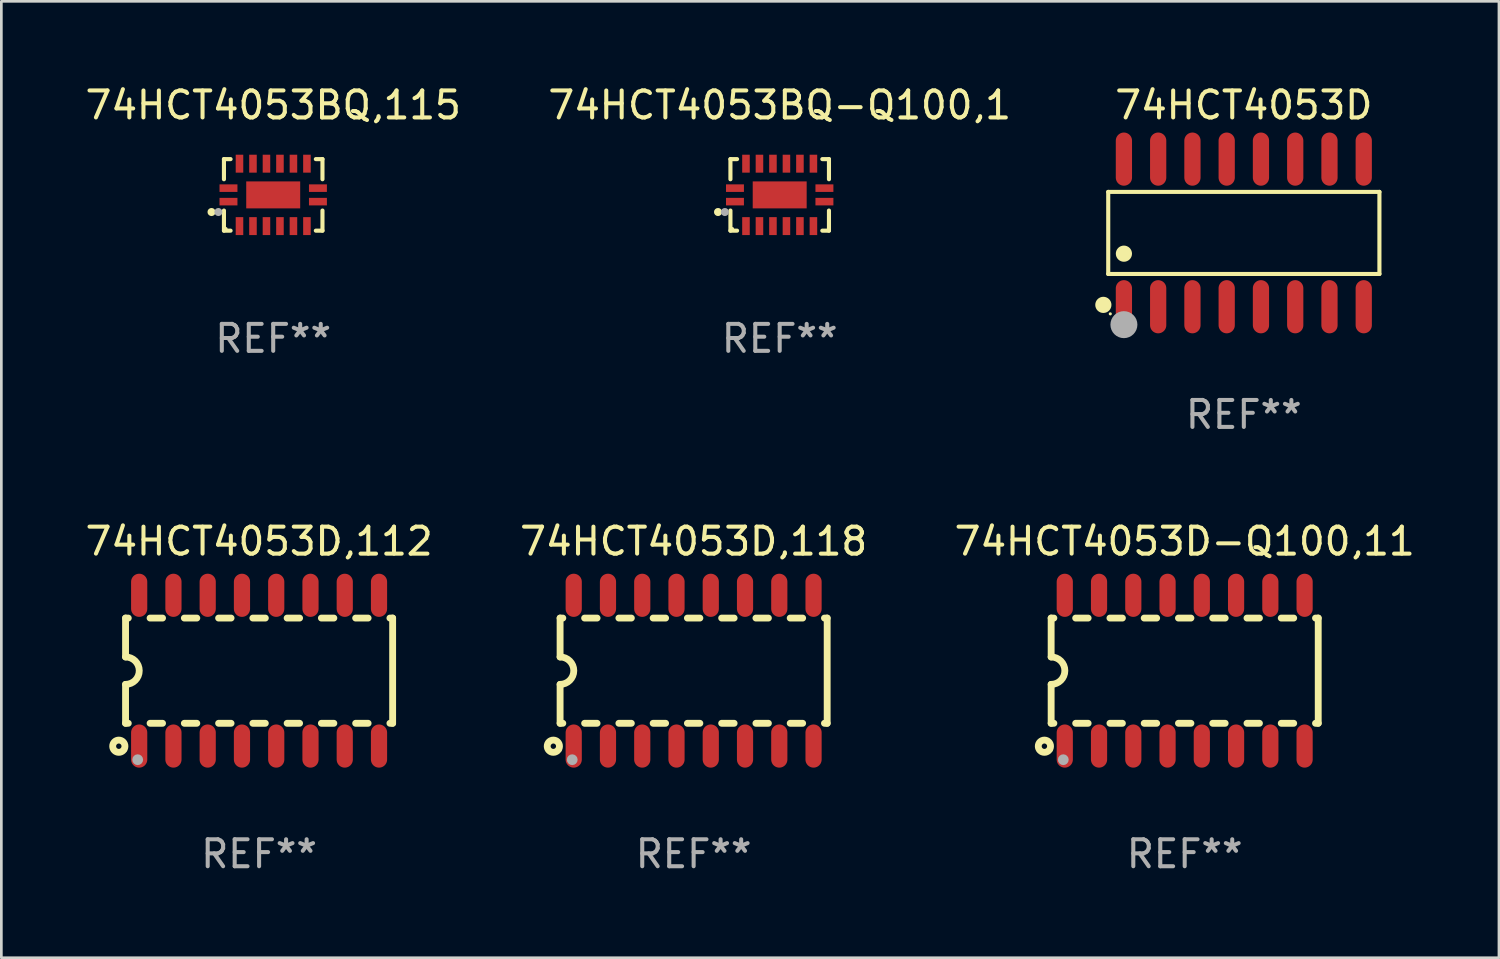
<source format=kicad_pcb>
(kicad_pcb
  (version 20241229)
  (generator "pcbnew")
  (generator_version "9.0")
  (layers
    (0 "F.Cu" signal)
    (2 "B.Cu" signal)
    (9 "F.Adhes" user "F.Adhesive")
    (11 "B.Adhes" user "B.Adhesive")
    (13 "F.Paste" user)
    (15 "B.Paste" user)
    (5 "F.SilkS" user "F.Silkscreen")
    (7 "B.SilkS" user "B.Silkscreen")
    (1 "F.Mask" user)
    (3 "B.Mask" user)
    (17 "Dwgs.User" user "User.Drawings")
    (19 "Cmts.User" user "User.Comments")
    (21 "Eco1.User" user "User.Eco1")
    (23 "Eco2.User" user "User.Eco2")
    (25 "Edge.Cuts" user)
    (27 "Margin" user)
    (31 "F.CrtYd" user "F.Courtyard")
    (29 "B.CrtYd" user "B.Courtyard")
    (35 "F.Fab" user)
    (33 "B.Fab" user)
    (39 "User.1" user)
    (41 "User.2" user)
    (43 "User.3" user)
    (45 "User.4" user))
  (footprint "74HCT4053D-Q100,11"
    (layer "F.Cu")
    (at 40.863 21.81)
    (property "Reference" "74HCT4053D-Q100,11" (at 0 -4.794 0) (layer "F.SilkS") (effects (font (size 1 1) (thickness 0.15))))
    (attr through_hole)
    (fp_line (start -4.95 -1.95) (end -4.95 -0.508) (stroke (width 0.254) (type solid)) (layer "F.SilkS"))
    (fp_line (start -4.95 -1.95) (end -4.849 -1.95) (stroke (width 0.254) (type solid)) (layer "F.SilkS"))
    (fp_line (start -4.95 1.95) (end -4.95 0.508) (stroke (width 0.254) (type solid)) (layer "F.SilkS"))
    (fp_line (start -4.95 1.95) (end -4.849 1.95) (stroke (width 0.254) (type solid)) (layer "F.SilkS"))
    (fp_line (start -4.041 -1.95) (end -3.579 -1.95) (stroke (width 0.254) (type solid)) (layer "F.SilkS"))
    (fp_line (start -4.041 1.95) (end -3.579 1.95) (stroke (width 0.254) (type solid)) (layer "F.SilkS"))
    (fp_line (start -2.771 -1.95) (end -2.309 -1.95) (stroke (width 0.254) (type solid)) (layer "F.SilkS"))
    (fp_line (start -2.771 1.95) (end -2.309 1.95) (stroke (width 0.254) (type solid)) (layer "F.SilkS"))
    (fp_line (start -1.501 -1.95) (end -1.039 -1.95) (stroke (width 0.254) (type solid)) (layer "F.SilkS"))
    (fp_line (start -1.501 1.95) (end -1.039 1.95) (stroke (width 0.254) (type solid)) (layer "F.SilkS"))
    (fp_line (start -0.231 -1.95) (end 0.231 -1.95) (stroke (width 0.254) (type solid)) (layer "F.SilkS"))
    (fp_line (start -0.231 1.95) (end 0.231 1.95) (stroke (width 0.254) (type solid)) (layer "F.SilkS"))
    (fp_line (start 1.039 -1.95) (end 1.501 -1.95) (stroke (width 0.254) (type solid)) (layer "F.SilkS"))
    (fp_line (start 1.039 1.95) (end 1.501 1.95) (stroke (width 0.254) (type solid)) (layer "F.SilkS"))
    (fp_line (start 2.309 -1.95) (end 2.771 -1.95) (stroke (width 0.254) (type solid)) (layer "F.SilkS"))
    (fp_line (start 2.309 1.95) (end 2.771 1.95) (stroke (width 0.254) (type solid)) (layer "F.SilkS"))
    (fp_line (start 3.579 -1.95) (end 4.041 -1.95) (stroke (width 0.254) (type solid)) (layer "F.SilkS"))
    (fp_line (start 3.579 1.95) (end 4.041 1.95) (stroke (width 0.254) (type solid)) (layer "F.SilkS"))
    (fp_line (start 4.849 -1.95) (end 4.95 -1.95) (stroke (width 0.254) (type solid)) (layer "F.SilkS"))
    (fp_line (start 4.849 1.95) (end 4.95 1.95) (stroke (width 0.254) (type solid)) (layer "F.SilkS"))
    (fp_line (start 4.95 -1.95) (end 4.95 1.95) (stroke (width 0.254) (type solid)) (layer "F.SilkS"))
    (fp_arc (start -4.95047 -0.508001) (mid -4.442469 -0.000228) (end -4.950013 0.508001) (stroke (width 0.254001) (type solid)) (layer "F.SilkS"))
    (fp_circle (center -5.2 2.8) (end -5.1 2.8) (stroke (width 0.254) (type solid)) (fill no) (layer "F.SilkS"))
    (fp_circle (center -4.95 2.947) (end -4.92 2.947) (stroke (width 0.06) (type solid)) (fill no) (layer "F.SilkS"))
    (fp_circle (center -4.5 3.3) (end -4.4 3.3) (stroke (width 0.2) (type solid)) (fill no) (layer "F.Fab"))
    (fp_text user "REF**" (at 0 6.794 0) (layer "F.Fab") (effects (font (size 1 1) (thickness 0.15))))
    (pad "1" smd oval (at -4.445 2.794) (size 0.6 1.6) (layers "F.Cu" "F.Mask" "F.Paste"))
    (pad "2" smd oval (at -3.175 2.794) (size 0.6 1.6) (layers "F.Cu" "F.Mask" "F.Paste"))
    (pad "3" smd oval (at -1.905 2.794) (size 0.6 1.6) (layers "F.Cu" "F.Mask" "F.Paste"))
    (pad "4" smd oval (at -0.635 2.794) (size 0.6 1.6) (layers "F.Cu" "F.Mask" "F.Paste"))
    (pad "5" smd oval (at 0.635 2.794) (size 0.6 1.6) (layers "F.Cu" "F.Mask" "F.Paste"))
    (pad "6" smd oval (at 1.905 2.794) (size 0.6 1.6) (layers "F.Cu" "F.Mask" "F.Paste"))
    (pad "7" smd oval (at 3.175 2.794) (size 0.6 1.6) (layers "F.Cu" "F.Mask" "F.Paste"))
    (pad "8" smd oval (at 4.445 2.794) (size 0.6 1.6) (layers "F.Cu" "F.Mask" "F.Paste"))
    (pad "9" smd oval (at 4.445 -2.794) (size 0.6 1.6) (layers "F.Cu" "F.Mask" "F.Paste"))
    (pad "10" smd oval (at 3.175 -2.794) (size 0.6 1.6) (layers "F.Cu" "F.Mask" "F.Paste"))
    (pad "11" smd oval (at 1.905 -2.794) (size 0.6 1.6) (layers "F.Cu" "F.Mask" "F.Paste"))
    (pad "12" smd oval (at 0.635 -2.794) (size 0.6 1.6) (layers "F.Cu" "F.Mask" "F.Paste"))
    (pad "13" smd oval (at -0.635 -2.794) (size 0.6 1.6) (layers "F.Cu" "F.Mask" "F.Paste"))
    (pad "14" smd oval (at -1.905 -2.794) (size 0.6 1.6) (layers "F.Cu" "F.Mask" "F.Paste"))
    (pad "15" smd oval (at -3.175 -2.794) (size 0.6 1.6) (layers "F.Cu" "F.Mask" "F.Paste"))
    (pad "16" smd oval (at -4.445 -2.794) (size 0.6 1.6) (layers "F.Cu" "F.Mask" "F.Paste")))
  (footprint "74HCT4053BQ-Q100,1"
    (layer "F.Cu")
    (at 25.851 4.174)
    (property "Reference" "74HCT4053BQ-Q100,1" (at 0 -3.326 0) (layer "F.SilkS") (effects (font (size 1 1) (thickness 0.15))))
    (attr through_hole)
    (fp_line (start -1.826 -1.326) (end -1.58 -1.326) (stroke (width 0.152) (type solid)) (layer "F.SilkS"))
    (fp_line (start -1.826 -0.58) (end -1.826 -1.326) (stroke (width 0.152) (type solid)) (layer "F.SilkS"))
    (fp_line (start -1.826 0.58) (end -1.826 1.326) (stroke (width 0.152) (type solid)) (layer "F.SilkS"))
    (fp_line (start -1.826 1.326) (end -1.58 1.326) (stroke (width 0.152) (type solid)) (layer "F.SilkS"))
    (fp_line (start 1.826 -1.326) (end 1.58 -1.326) (stroke (width 0.152) (type solid)) (layer "F.SilkS"))
    (fp_line (start 1.826 -0.58) (end 1.826 -1.326) (stroke (width 0.152) (type solid)) (layer "F.SilkS"))
    (fp_line (start 1.826 0.58) (end 1.826 1.326) (stroke (width 0.152) (type solid)) (layer "F.SilkS"))
    (fp_line (start 1.826 1.326) (end 1.58 1.326) (stroke (width 0.152) (type solid)) (layer "F.SilkS"))
    (fp_circle (center -2.286 0.635) (end -2.211 0.635) (stroke (width 0.15) (type solid)) (fill no) (layer "F.SilkS"))
    (fp_circle (center -1.75 1.25) (end -1.72 1.25) (stroke (width 0.06) (type solid)) (fill no) (layer "F.SilkS"))
    (fp_circle (center -2.032 0.635) (end -1.957 0.635) (stroke (width 0.15) (type solid)) (fill no) (layer "F.Fab"))
    (fp_text user "REF**" (at 0 5.326 0) (layer "F.Fab") (effects (font (size 1 1) (thickness 0.15))))
    (pad "1" smd rect (at -1.658 0.25) (size 0.665 0.28) (layers "F.Cu" "F.Mask" "F.Paste"))
    (pad "2" smd rect (at -1.25 1.157) (size 0.28 0.665) (layers "F.Cu" "F.Mask" "F.Paste"))
    (pad "3" smd rect (at -0.75 1.157) (size 0.28 0.665) (layers "F.Cu" "F.Mask" "F.Paste"))
    (pad "4" smd rect (at -0.25 1.157) (size 0.28 0.665) (layers "F.Cu" "F.Mask" "F.Paste"))
    (pad "5" smd rect (at 0.25 1.157) (size 0.28 0.665) (layers "F.Cu" "F.Mask" "F.Paste"))
    (pad "6" smd rect (at 0.75 1.157) (size 0.28 0.665) (layers "F.Cu" "F.Mask" "F.Paste"))
    (pad "7" smd rect (at 1.25 1.157) (size 0.28 0.665) (layers "F.Cu" "F.Mask" "F.Paste"))
    (pad "8" smd rect (at 1.658 0.25) (size 0.665 0.28) (layers "F.Cu" "F.Mask" "F.Paste"))
    (pad "9" smd rect (at 1.658 -0.25) (size 0.665 0.28) (layers "F.Cu" "F.Mask" "F.Paste"))
    (pad "10" smd rect (at 1.25 -1.157) (size 0.28 0.665) (layers "F.Cu" "F.Mask" "F.Paste"))
    (pad "11" smd rect (at 0.75 -1.157) (size 0.28 0.665) (layers "F.Cu" "F.Mask" "F.Paste"))
    (pad "12" smd rect (at 0.25 -1.157) (size 0.28 0.665) (layers "F.Cu" "F.Mask" "F.Paste"))
    (pad "13" smd rect (at -0.25 -1.157) (size 0.28 0.665) (layers "F.Cu" "F.Mask" "F.Paste"))
    (pad "14" smd rect (at -0.75 -1.157) (size 0.28 0.665) (layers "F.Cu" "F.Mask" "F.Paste"))
    (pad "15" smd rect (at -1.25 -1.157) (size 0.28 0.665) (layers "F.Cu" "F.Mask" "F.Paste"))
    (pad "16" smd rect (at -1.658 -0.25) (size 0.665 0.28) (layers "F.Cu" "F.Mask" "F.Paste"))
    (pad "17" smd rect (at 0 0) (size 2 1) (layers "F.Cu" "F.Mask" "F.Paste")))
  (footprint "74HCT4053D,112"
    (layer "F.Cu")
    (at 6.554 21.81)
    (property "Reference" "74HCT4053D,112" (at 0 -4.794 0) (layer "F.SilkS") (effects (font (size 1 1) (thickness 0.15))))
    (attr through_hole)
    (fp_line (start -4.95 -1.95) (end -4.95 -0.508) (stroke (width 0.254) (type solid)) (layer "F.SilkS"))
    (fp_line (start -4.95 -1.95) (end -4.849 -1.95) (stroke (width 0.254) (type solid)) (layer "F.SilkS"))
    (fp_line (start -4.95 1.95) (end -4.95 0.508) (stroke (width 0.254) (type solid)) (layer "F.SilkS"))
    (fp_line (start -4.95 1.95) (end -4.849 1.95) (stroke (width 0.254) (type solid)) (layer "F.SilkS"))
    (fp_line (start -4.041 -1.95) (end -3.579 -1.95) (stroke (width 0.254) (type solid)) (layer "F.SilkS"))
    (fp_line (start -4.041 1.95) (end -3.579 1.95) (stroke (width 0.254) (type solid)) (layer "F.SilkS"))
    (fp_line (start -2.771 -1.95) (end -2.309 -1.95) (stroke (width 0.254) (type solid)) (layer "F.SilkS"))
    (fp_line (start -2.771 1.95) (end -2.309 1.95) (stroke (width 0.254) (type solid)) (layer "F.SilkS"))
    (fp_line (start -1.501 -1.95) (end -1.039 -1.95) (stroke (width 0.254) (type solid)) (layer "F.SilkS"))
    (fp_line (start -1.501 1.95) (end -1.039 1.95) (stroke (width 0.254) (type solid)) (layer "F.SilkS"))
    (fp_line (start -0.231 -1.95) (end 0.231 -1.95) (stroke (width 0.254) (type solid)) (layer "F.SilkS"))
    (fp_line (start -0.231 1.95) (end 0.231 1.95) (stroke (width 0.254) (type solid)) (layer "F.SilkS"))
    (fp_line (start 1.039 -1.95) (end 1.501 -1.95) (stroke (width 0.254) (type solid)) (layer "F.SilkS"))
    (fp_line (start 1.039 1.95) (end 1.501 1.95) (stroke (width 0.254) (type solid)) (layer "F.SilkS"))
    (fp_line (start 2.309 -1.95) (end 2.771 -1.95) (stroke (width 0.254) (type solid)) (layer "F.SilkS"))
    (fp_line (start 2.309 1.95) (end 2.771 1.95) (stroke (width 0.254) (type solid)) (layer "F.SilkS"))
    (fp_line (start 3.579 -1.95) (end 4.041 -1.95) (stroke (width 0.254) (type solid)) (layer "F.SilkS"))
    (fp_line (start 3.579 1.95) (end 4.041 1.95) (stroke (width 0.254) (type solid)) (layer "F.SilkS"))
    (fp_line (start 4.849 -1.95) (end 4.95 -1.95) (stroke (width 0.254) (type solid)) (layer "F.SilkS"))
    (fp_line (start 4.849 1.95) (end 4.95 1.95) (stroke (width 0.254) (type solid)) (layer "F.SilkS"))
    (fp_line (start 4.95 -1.95) (end 4.95 1.95) (stroke (width 0.254) (type solid)) (layer "F.SilkS"))
    (fp_arc (start -4.95047 -0.508001) (mid -4.442469 -0.000228) (end -4.950013 0.508001) (stroke (width 0.254001) (type solid)) (layer "F.SilkS"))
    (fp_circle (center -5.2 2.8) (end -5.1 2.8) (stroke (width 0.254) (type solid)) (fill no) (layer "F.SilkS"))
    (fp_circle (center -4.95 2.947) (end -4.92 2.947) (stroke (width 0.06) (type solid)) (fill no) (layer "F.SilkS"))
    (fp_circle (center -4.5 3.3) (end -4.4 3.3) (stroke (width 0.2) (type solid)) (fill no) (layer "F.Fab"))
    (fp_text user "REF**" (at 0 6.794 0) (layer "F.Fab") (effects (font (size 1 1) (thickness 0.15))))
    (pad "1" smd oval (at -4.445 2.794) (size 0.6 1.6) (layers "F.Cu" "F.Mask" "F.Paste"))
    (pad "2" smd oval (at -3.175 2.794) (size 0.6 1.6) (layers "F.Cu" "F.Mask" "F.Paste"))
    (pad "3" smd oval (at -1.905 2.794) (size 0.6 1.6) (layers "F.Cu" "F.Mask" "F.Paste"))
    (pad "4" smd oval (at -0.635 2.794) (size 0.6 1.6) (layers "F.Cu" "F.Mask" "F.Paste"))
    (pad "5" smd oval (at 0.635 2.794) (size 0.6 1.6) (layers "F.Cu" "F.Mask" "F.Paste"))
    (pad "6" smd oval (at 1.905 2.794) (size 0.6 1.6) (layers "F.Cu" "F.Mask" "F.Paste"))
    (pad "7" smd oval (at 3.175 2.794) (size 0.6 1.6) (layers "F.Cu" "F.Mask" "F.Paste"))
    (pad "8" smd oval (at 4.445 2.794) (size 0.6 1.6) (layers "F.Cu" "F.Mask" "F.Paste"))
    (pad "9" smd oval (at 4.445 -2.794) (size 0.6 1.6) (layers "F.Cu" "F.Mask" "F.Paste"))
    (pad "10" smd oval (at 3.175 -2.794) (size 0.6 1.6) (layers "F.Cu" "F.Mask" "F.Paste"))
    (pad "11" smd oval (at 1.905 -2.794) (size 0.6 1.6) (layers "F.Cu" "F.Mask" "F.Paste"))
    (pad "12" smd oval (at 0.635 -2.794) (size 0.6 1.6) (layers "F.Cu" "F.Mask" "F.Paste"))
    (pad "13" smd oval (at -0.635 -2.794) (size 0.6 1.6) (layers "F.Cu" "F.Mask" "F.Paste"))
    (pad "14" smd oval (at -1.905 -2.794) (size 0.6 1.6) (layers "F.Cu" "F.Mask" "F.Paste"))
    (pad "15" smd oval (at -3.175 -2.794) (size 0.6 1.6) (layers "F.Cu" "F.Mask" "F.Paste"))
    (pad "16" smd oval (at -4.445 -2.794) (size 0.6 1.6) (layers "F.Cu" "F.Mask" "F.Paste")))
  (footprint "74HCT4053BQ,115"
    (layer "F.Cu")
    (at 7.077 4.174)
    (property "Reference" "74HCT4053BQ,115" (at 0 -3.326 0) (layer "F.SilkS") (effects (font (size 1 1) (thickness 0.15))))
    (attr through_hole)
    (fp_line (start -1.826 -1.326) (end -1.58 -1.326) (stroke (width 0.152) (type solid)) (layer "F.SilkS"))
    (fp_line (start -1.826 -0.58) (end -1.826 -1.326) (stroke (width 0.152) (type solid)) (layer "F.SilkS"))
    (fp_line (start -1.826 0.58) (end -1.826 1.326) (stroke (width 0.152) (type solid)) (layer "F.SilkS"))
    (fp_line (start -1.826 1.326) (end -1.58 1.326) (stroke (width 0.152) (type solid)) (layer "F.SilkS"))
    (fp_line (start 1.826 -1.326) (end 1.58 -1.326) (stroke (width 0.152) (type solid)) (layer "F.SilkS"))
    (fp_line (start 1.826 -0.58) (end 1.826 -1.326) (stroke (width 0.152) (type solid)) (layer "F.SilkS"))
    (fp_line (start 1.826 0.58) (end 1.826 1.326) (stroke (width 0.152) (type solid)) (layer "F.SilkS"))
    (fp_line (start 1.826 1.326) (end 1.58 1.326) (stroke (width 0.152) (type solid)) (layer "F.SilkS"))
    (fp_circle (center -2.286 0.635) (end -2.211 0.635) (stroke (width 0.15) (type solid)) (fill no) (layer "F.SilkS"))
    (fp_circle (center -1.75 1.25) (end -1.72 1.25) (stroke (width 0.06) (type solid)) (fill no) (layer "F.SilkS"))
    (fp_circle (center -2.032 0.635) (end -1.957 0.635) (stroke (width 0.15) (type solid)) (fill no) (layer "F.Fab"))
    (fp_text user "REF**" (at 0 5.326 0) (layer "F.Fab") (effects (font (size 1 1) (thickness 0.15))))
    (pad "1" smd rect (at -1.658 0.25) (size 0.665 0.28) (layers "F.Cu" "F.Mask" "F.Paste"))
    (pad "2" smd rect (at -1.25 1.157) (size 0.28 0.665) (layers "F.Cu" "F.Mask" "F.Paste"))
    (pad "3" smd rect (at -0.75 1.157) (size 0.28 0.665) (layers "F.Cu" "F.Mask" "F.Paste"))
    (pad "4" smd rect (at -0.25 1.157) (size 0.28 0.665) (layers "F.Cu" "F.Mask" "F.Paste"))
    (pad "5" smd rect (at 0.25 1.157) (size 0.28 0.665) (layers "F.Cu" "F.Mask" "F.Paste"))
    (pad "6" smd rect (at 0.75 1.157) (size 0.28 0.665) (layers "F.Cu" "F.Mask" "F.Paste"))
    (pad "7" smd rect (at 1.25 1.157) (size 0.28 0.665) (layers "F.Cu" "F.Mask" "F.Paste"))
    (pad "8" smd rect (at 1.658 0.25) (size 0.665 0.28) (layers "F.Cu" "F.Mask" "F.Paste"))
    (pad "9" smd rect (at 1.658 -0.25) (size 0.665 0.28) (layers "F.Cu" "F.Mask" "F.Paste"))
    (pad "10" smd rect (at 1.25 -1.157) (size 0.28 0.665) (layers "F.Cu" "F.Mask" "F.Paste"))
    (pad "11" smd rect (at 0.75 -1.157) (size 0.28 0.665) (layers "F.Cu" "F.Mask" "F.Paste"))
    (pad "12" smd rect (at 0.25 -1.157) (size 0.28 0.665) (layers "F.Cu" "F.Mask" "F.Paste"))
    (pad "13" smd rect (at -0.25 -1.157) (size 0.28 0.665) (layers "F.Cu" "F.Mask" "F.Paste"))
    (pad "14" smd rect (at -0.75 -1.157) (size 0.28 0.665) (layers "F.Cu" "F.Mask" "F.Paste"))
    (pad "15" smd rect (at -1.25 -1.157) (size 0.28 0.665) (layers "F.Cu" "F.Mask" "F.Paste"))
    (pad "16" smd rect (at -1.658 -0.25) (size 0.665 0.28) (layers "F.Cu" "F.Mask" "F.Paste"))
    (pad "17" smd rect (at 0 0) (size 2 1) (layers "F.Cu" "F.Mask" "F.Paste")))
  (footprint "74HCT4053D"
    (layer "F.Cu")
    (at 43.055 5.584)
    (property "Reference" "74HCT4053D" (at 0 -4.736 0) (layer "F.SilkS") (effects (font (size 1 1) (thickness 0.15))))
    (attr through_hole)
    (fp_line (start -5.026 -1.521) (end 5.026 -1.521) (stroke (width 0.152) (type solid)) (layer "F.SilkS"))
    (fp_line (start -5.026 1.521) (end -5.026 -1.521) (stroke (width 0.152) (type solid)) (layer "F.SilkS"))
    (fp_line (start 5.026 -1.521) (end 5.026 1.521) (stroke (width 0.152) (type solid)) (layer "F.SilkS"))
    (fp_line (start 5.026 1.521) (end -5.026 1.521) (stroke (width 0.152) (type solid)) (layer "F.SilkS"))
    (fp_circle (center -5.207 2.667) (end -5.057 2.667) (stroke (width 0.3) (type solid)) (fill no) (layer "F.SilkS"))
    (fp_circle (center -4.95 3) (end -4.92 3) (stroke (width 0.06) (type solid)) (fill no) (layer "F.SilkS"))
    (fp_circle (center -4.445 0.769) (end -4.295 0.769) (stroke (width 0.3) (type solid)) (fill no) (layer "F.SilkS"))
    (fp_circle (center -4.445 3.4) (end -4.195 3.4) (stroke (width 0.5) (type solid)) (fill no) (layer "F.Fab"))
    (fp_text user "REF**" (at 0 6.736 0) (layer "F.Fab") (effects (font (size 1 1) (thickness 0.15))))
    (pad "1" smd oval (at -4.445 2.736) (size 0.602 1.971) (layers "F.Cu" "F.Mask" "F.Paste"))
    (pad "2" smd oval (at -3.175 2.736) (size 0.602 1.971) (layers "F.Cu" "F.Mask" "F.Paste"))
    (pad "3" smd oval (at -1.905 2.736) (size 0.602 1.971) (layers "F.Cu" "F.Mask" "F.Paste"))
    (pad "4" smd oval (at -0.635 2.736) (size 0.602 1.971) (layers "F.Cu" "F.Mask" "F.Paste"))
    (pad "5" smd oval (at 0.635 2.736) (size 0.602 1.971) (layers "F.Cu" "F.Mask" "F.Paste"))
    (pad "6" smd oval (at 1.905 2.736) (size 0.602 1.971) (layers "F.Cu" "F.Mask" "F.Paste"))
    (pad "7" smd oval (at 3.175 2.736) (size 0.602 1.971) (layers "F.Cu" "F.Mask" "F.Paste"))
    (pad "8" smd oval (at 4.445 2.736) (size 0.602 1.971) (layers "F.Cu" "F.Mask" "F.Paste"))
    (pad "9" smd oval (at 4.445 -2.736) (size 0.602 1.971) (layers "F.Cu" "F.Mask" "F.Paste"))
    (pad "10" smd oval (at 3.175 -2.736) (size 0.602 1.971) (layers "F.Cu" "F.Mask" "F.Paste"))
    (pad "11" smd oval (at 1.905 -2.736) (size 0.602 1.971) (layers "F.Cu" "F.Mask" "F.Paste"))
    (pad "12" smd oval (at 0.635 -2.736) (size 0.602 1.971) (layers "F.Cu" "F.Mask" "F.Paste"))
    (pad "13" smd oval (at -0.635 -2.736) (size 0.602 1.971) (layers "F.Cu" "F.Mask" "F.Paste"))
    (pad "14" smd oval (at -1.905 -2.736) (size 0.602 1.971) (layers "F.Cu" "F.Mask" "F.Paste"))
    (pad "15" smd oval (at -3.175 -2.736) (size 0.602 1.971) (layers "F.Cu" "F.Mask" "F.Paste"))
    (pad "16" smd oval (at -4.445 -2.736) (size 0.602 1.971) (layers "F.Cu" "F.Mask" "F.Paste")))
  (footprint "74HCT4053D,118"
    (layer "F.Cu")
    (at 22.661 21.81)
    (property "Reference" "74HCT4053D,118" (at 0 -4.794 0) (layer "F.SilkS") (effects (font (size 1 1) (thickness 0.15))))
    (attr through_hole)
    (fp_line (start -4.95 -1.95) (end -4.95 -0.508) (stroke (width 0.254) (type solid)) (layer "F.SilkS"))
    (fp_line (start -4.95 -1.95) (end -4.849 -1.95) (stroke (width 0.254) (type solid)) (layer "F.SilkS"))
    (fp_line (start -4.95 1.95) (end -4.95 0.508) (stroke (width 0.254) (type solid)) (layer "F.SilkS"))
    (fp_line (start -4.95 1.95) (end -4.849 1.95) (stroke (width 0.254) (type solid)) (layer "F.SilkS"))
    (fp_line (start -4.041 -1.95) (end -3.579 -1.95) (stroke (width 0.254) (type solid)) (layer "F.SilkS"))
    (fp_line (start -4.041 1.95) (end -3.579 1.95) (stroke (width 0.254) (type solid)) (layer "F.SilkS"))
    (fp_line (start -2.771 -1.95) (end -2.309 -1.95) (stroke (width 0.254) (type solid)) (layer "F.SilkS"))
    (fp_line (start -2.771 1.95) (end -2.309 1.95) (stroke (width 0.254) (type solid)) (layer "F.SilkS"))
    (fp_line (start -1.501 -1.95) (end -1.039 -1.95) (stroke (width 0.254) (type solid)) (layer "F.SilkS"))
    (fp_line (start -1.501 1.95) (end -1.039 1.95) (stroke (width 0.254) (type solid)) (layer "F.SilkS"))
    (fp_line (start -0.231 -1.95) (end 0.231 -1.95) (stroke (width 0.254) (type solid)) (layer "F.SilkS"))
    (fp_line (start -0.231 1.95) (end 0.231 1.95) (stroke (width 0.254) (type solid)) (layer "F.SilkS"))
    (fp_line (start 1.039 -1.95) (end 1.501 -1.95) (stroke (width 0.254) (type solid)) (layer "F.SilkS"))
    (fp_line (start 1.039 1.95) (end 1.501 1.95) (stroke (width 0.254) (type solid)) (layer "F.SilkS"))
    (fp_line (start 2.309 -1.95) (end 2.771 -1.95) (stroke (width 0.254) (type solid)) (layer "F.SilkS"))
    (fp_line (start 2.309 1.95) (end 2.771 1.95) (stroke (width 0.254) (type solid)) (layer "F.SilkS"))
    (fp_line (start 3.579 -1.95) (end 4.041 -1.95) (stroke (width 0.254) (type solid)) (layer "F.SilkS"))
    (fp_line (start 3.579 1.95) (end 4.041 1.95) (stroke (width 0.254) (type solid)) (layer "F.SilkS"))
    (fp_line (start 4.849 -1.95) (end 4.95 -1.95) (stroke (width 0.254) (type solid)) (layer "F.SilkS"))
    (fp_line (start 4.849 1.95) (end 4.95 1.95) (stroke (width 0.254) (type solid)) (layer "F.SilkS"))
    (fp_line (start 4.95 -1.95) (end 4.95 1.95) (stroke (width 0.254) (type solid)) (layer "F.SilkS"))
    (fp_arc (start -4.95047 -0.508001) (mid -4.442469 -0.000228) (end -4.950013 0.508001) (stroke (width 0.254001) (type solid)) (layer "F.SilkS"))
    (fp_circle (center -5.2 2.8) (end -5.1 2.8) (stroke (width 0.254) (type solid)) (fill no) (layer "F.SilkS"))
    (fp_circle (center -4.95 2.947) (end -4.92 2.947) (stroke (width 0.06) (type solid)) (fill no) (layer "F.SilkS"))
    (fp_circle (center -4.5 3.3) (end -4.4 3.3) (stroke (width 0.2) (type solid)) (fill no) (layer "F.Fab"))
    (fp_text user "REF**" (at 0 6.794 0) (layer "F.Fab") (effects (font (size 1 1) (thickness 0.15))))
    (pad "1" smd oval (at -4.445 2.794) (size 0.6 1.6) (layers "F.Cu" "F.Mask" "F.Paste"))
    (pad "2" smd oval (at -3.175 2.794) (size 0.6 1.6) (layers "F.Cu" "F.Mask" "F.Paste"))
    (pad "3" smd oval (at -1.905 2.794) (size 0.6 1.6) (layers "F.Cu" "F.Mask" "F.Paste"))
    (pad "4" smd oval (at -0.635 2.794) (size 0.6 1.6) (layers "F.Cu" "F.Mask" "F.Paste"))
    (pad "5" smd oval (at 0.635 2.794) (size 0.6 1.6) (layers "F.Cu" "F.Mask" "F.Paste"))
    (pad "6" smd oval (at 1.905 2.794) (size 0.6 1.6) (layers "F.Cu" "F.Mask" "F.Paste"))
    (pad "7" smd oval (at 3.175 2.794) (size 0.6 1.6) (layers "F.Cu" "F.Mask" "F.Paste"))
    (pad "8" smd oval (at 4.445 2.794) (size 0.6 1.6) (layers "F.Cu" "F.Mask" "F.Paste"))
    (pad "9" smd oval (at 4.445 -2.794) (size 0.6 1.6) (layers "F.Cu" "F.Mask" "F.Paste"))
    (pad "10" smd oval (at 3.175 -2.794) (size 0.6 1.6) (layers "F.Cu" "F.Mask" "F.Paste"))
    (pad "11" smd oval (at 1.905 -2.794) (size 0.6 1.6) (layers "F.Cu" "F.Mask" "F.Paste"))
    (pad "12" smd oval (at 0.635 -2.794) (size 0.6 1.6) (layers "F.Cu" "F.Mask" "F.Paste"))
    (pad "13" smd oval (at -0.635 -2.794) (size 0.6 1.6) (layers "F.Cu" "F.Mask" "F.Paste"))
    (pad "14" smd oval (at -1.905 -2.794) (size 0.6 1.6) (layers "F.Cu" "F.Mask" "F.Paste"))
    (pad "15" smd oval (at -3.175 -2.794) (size 0.6 1.6) (layers "F.Cu" "F.Mask" "F.Paste"))
    (pad "16" smd oval (at -4.445 -2.794) (size 0.6 1.6) (layers "F.Cu" "F.Mask" "F.Paste")))
  (gr_rect
    (start -3 -3)
    (end 52.512 32.452)
    (stroke (width 0.1) (type default))
    (fill no)
    (layer "Edge.Cuts")))
</source>
